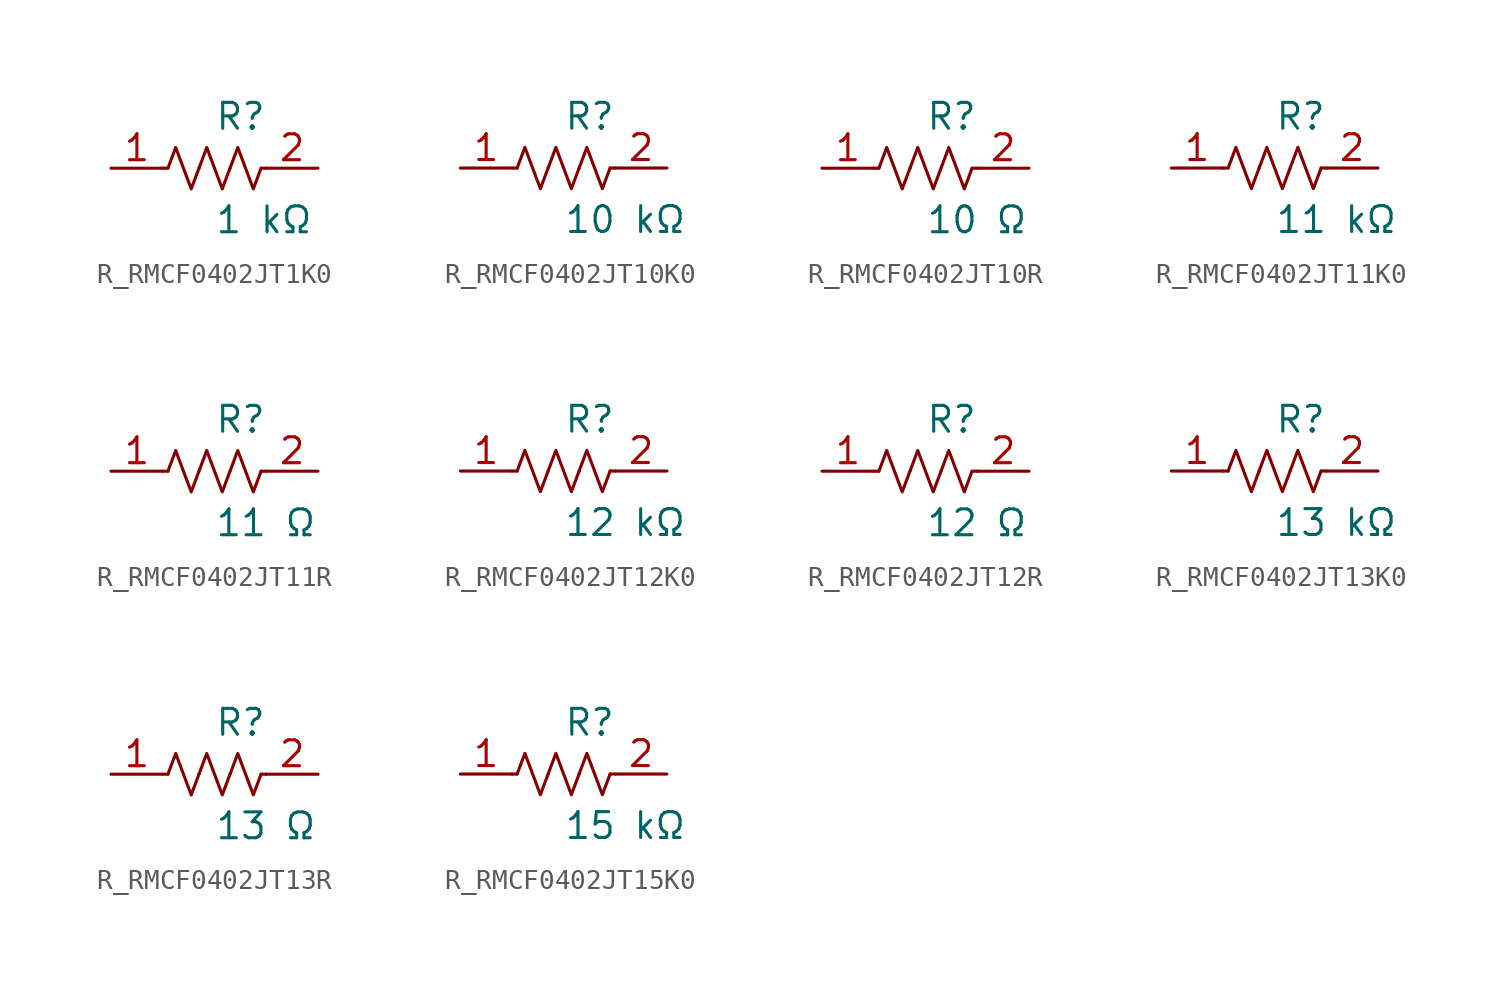
<source format=kicad_sym>
(kicad_symbol_lib
  (version 20231120)
  (generator kicad_symbol_editor)
  (generator_version 8.0)
  (symbol "R_RMCF0402JT1K0"
    (pin_names
      (offset 0.254))
    (property "Reference" "R"
      (at 0 2.54 0)
      (effects (font (size 1.27 1.27)) (justify left)))
    (property "Value" "1 kΩ"
      (at 0 -2.54 0)
      (effects (font (size 1.27 1.27)) (justify left)))
    (symbol "R_RMCF0402JT1K0_0_1"
      (polyline (pts (xy 2.286 0) (xy 2.54 0)) (stroke (width 0) (type default)) (fill (type none)))
      (polyline (pts (xy -2.286 0) (xy -2.54 0)) (stroke (width 0) (type default)) (fill (type none)))
      (polyline (pts (xy 0.762 0) (xy 1.143 1.016) (xy 1.524 0) (xy 1.905 -1.016) (xy 2.286 0)) (stroke (width 0) (type default)) (fill (type none)))
      (polyline (pts (xy -0.762 0) (xy -0.381 1.016) (xy 0 0) (xy 0.381 -1.016) (xy 0.762 0)) (stroke (width 0) (type default)) (fill (type none)))
      (polyline (pts (xy -2.286 0) (xy -1.905 1.016) (xy -1.524 0) (xy -1.143 -1.016) (xy -0.762 0)) (stroke (width 0) (type default)) (fill (type none))))
    (pin unspecified line
      (at -5.08 0 0)
      (length 2.54)
      (name "" (effects (font (size 1.27 1.27))))
      (number "1" (effects (font (size 1.27 1.27)))))
    (pin unspecified line
      (at 5.08 0 180)
      (length 2.54)
      (name "" (effects (font (size 1.27 1.27))))
      (number "2" (effects (font (size 1.27 1.27))))))
  (symbol "R_RMCF0402JT10K0"
    (pin_names
      (offset 0.254))
    (property "Reference" "R"
      (at 0 2.54 0)
      (effects (font (size 1.27 1.27)) (justify left)))
    (property "Value" "10 kΩ"
      (at 0 -2.54 0)
      (effects (font (size 1.27 1.27)) (justify left)))
    (symbol "R_RMCF0402JT10K0_0_1"
      (polyline (pts (xy 2.286 0) (xy 2.54 0)) (stroke (width 0) (type default)) (fill (type none)))
      (polyline (pts (xy -2.286 0) (xy -2.54 0)) (stroke (width 0) (type default)) (fill (type none)))
      (polyline (pts (xy 0.762 0) (xy 1.143 1.016) (xy 1.524 0) (xy 1.905 -1.016) (xy 2.286 0)) (stroke (width 0) (type default)) (fill (type none)))
      (polyline (pts (xy -0.762 0) (xy -0.381 1.016) (xy 0 0) (xy 0.381 -1.016) (xy 0.762 0)) (stroke (width 0) (type default)) (fill (type none)))
      (polyline (pts (xy -2.286 0) (xy -1.905 1.016) (xy -1.524 0) (xy -1.143 -1.016) (xy -0.762 0)) (stroke (width 0) (type default)) (fill (type none))))
    (pin unspecified line
      (at -5.08 0 0)
      (length 2.54)
      (name "" (effects (font (size 1.27 1.27))))
      (number "1" (effects (font (size 1.27 1.27)))))
    (pin unspecified line
      (at 5.08 0 180)
      (length 2.54)
      (name "" (effects (font (size 1.27 1.27))))
      (number "2" (effects (font (size 1.27 1.27))))))
  (symbol "R_RMCF0402JT10R"
    (pin_names
      (offset 0.254))
    (property "Reference" "R"
      (at 0 2.54 0)
      (effects (font (size 1.27 1.27)) (justify left)))
    (property "Value" "10 Ω"
      (at 0 -2.54 0)
      (effects (font (size 1.27 1.27)) (justify left)))
    (symbol "R_RMCF0402JT10R_0_1"
      (polyline (pts (xy 2.286 0) (xy 2.54 0)) (stroke (width 0) (type default)) (fill (type none)))
      (polyline (pts (xy -2.286 0) (xy -2.54 0)) (stroke (width 0) (type default)) (fill (type none)))
      (polyline (pts (xy 0.762 0) (xy 1.143 1.016) (xy 1.524 0) (xy 1.905 -1.016) (xy 2.286 0)) (stroke (width 0) (type default)) (fill (type none)))
      (polyline (pts (xy -0.762 0) (xy -0.381 1.016) (xy 0 0) (xy 0.381 -1.016) (xy 0.762 0)) (stroke (width 0) (type default)) (fill (type none)))
      (polyline (pts (xy -2.286 0) (xy -1.905 1.016) (xy -1.524 0) (xy -1.143 -1.016) (xy -0.762 0)) (stroke (width 0) (type default)) (fill (type none))))
    (pin unspecified line
      (at -5.08 0 0)
      (length 2.54)
      (name "" (effects (font (size 1.27 1.27))))
      (number "1" (effects (font (size 1.27 1.27)))))
    (pin unspecified line
      (at 5.08 0 180)
      (length 2.54)
      (name "" (effects (font (size 1.27 1.27))))
      (number "2" (effects (font (size 1.27 1.27))))))
  (symbol "R_RMCF0402JT11K0"
    (pin_names
      (offset 0.254))
    (property "Reference" "R"
      (at 0 2.54 0)
      (effects (font (size 1.27 1.27)) (justify left)))
    (property "Value" "11 kΩ"
      (at 0 -2.54 0)
      (effects (font (size 1.27 1.27)) (justify left)))
    (symbol "R_RMCF0402JT11K0_0_1"
      (polyline (pts (xy 2.286 0) (xy 2.54 0)) (stroke (width 0) (type default)) (fill (type none)))
      (polyline (pts (xy -2.286 0) (xy -2.54 0)) (stroke (width 0) (type default)) (fill (type none)))
      (polyline (pts (xy 0.762 0) (xy 1.143 1.016) (xy 1.524 0) (xy 1.905 -1.016) (xy 2.286 0)) (stroke (width 0) (type default)) (fill (type none)))
      (polyline (pts (xy -0.762 0) (xy -0.381 1.016) (xy 0 0) (xy 0.381 -1.016) (xy 0.762 0)) (stroke (width 0) (type default)) (fill (type none)))
      (polyline (pts (xy -2.286 0) (xy -1.905 1.016) (xy -1.524 0) (xy -1.143 -1.016) (xy -0.762 0)) (stroke (width 0) (type default)) (fill (type none))))
    (pin unspecified line
      (at -5.08 0 0)
      (length 2.54)
      (name "" (effects (font (size 1.27 1.27))))
      (number "1" (effects (font (size 1.27 1.27)))))
    (pin unspecified line
      (at 5.08 0 180)
      (length 2.54)
      (name "" (effects (font (size 1.27 1.27))))
      (number "2" (effects (font (size 1.27 1.27))))))
  (symbol "R_RMCF0402JT11R"
    (pin_names
      (offset 0.254))
    (property "Reference" "R"
      (at 0 2.54 0)
      (effects (font (size 1.27 1.27)) (justify left)))
    (property "Value" "11 Ω"
      (at 0 -2.54 0)
      (effects (font (size 1.27 1.27)) (justify left)))
    (symbol "R_RMCF0402JT11R_0_1"
      (polyline (pts (xy 2.286 0) (xy 2.54 0)) (stroke (width 0) (type default)) (fill (type none)))
      (polyline (pts (xy -2.286 0) (xy -2.54 0)) (stroke (width 0) (type default)) (fill (type none)))
      (polyline (pts (xy 0.762 0) (xy 1.143 1.016) (xy 1.524 0) (xy 1.905 -1.016) (xy 2.286 0)) (stroke (width 0) (type default)) (fill (type none)))
      (polyline (pts (xy -0.762 0) (xy -0.381 1.016) (xy 0 0) (xy 0.381 -1.016) (xy 0.762 0)) (stroke (width 0) (type default)) (fill (type none)))
      (polyline (pts (xy -2.286 0) (xy -1.905 1.016) (xy -1.524 0) (xy -1.143 -1.016) (xy -0.762 0)) (stroke (width 0) (type default)) (fill (type none))))
    (pin unspecified line
      (at -5.08 0 0)
      (length 2.54)
      (name "" (effects (font (size 1.27 1.27))))
      (number "1" (effects (font (size 1.27 1.27)))))
    (pin unspecified line
      (at 5.08 0 180)
      (length 2.54)
      (name "" (effects (font (size 1.27 1.27))))
      (number "2" (effects (font (size 1.27 1.27))))))
  (symbol "R_RMCF0402JT12K0"
    (pin_names
      (offset 0.254))
    (property "Reference" "R"
      (at 0 2.54 0)
      (effects (font (size 1.27 1.27)) (justify left)))
    (property "Value" "12 kΩ"
      (at 0 -2.54 0)
      (effects (font (size 1.27 1.27)) (justify left)))
    (symbol "R_RMCF0402JT12K0_0_1"
      (polyline (pts (xy 2.286 0) (xy 2.54 0)) (stroke (width 0) (type default)) (fill (type none)))
      (polyline (pts (xy -2.286 0) (xy -2.54 0)) (stroke (width 0) (type default)) (fill (type none)))
      (polyline (pts (xy 0.762 0) (xy 1.143 1.016) (xy 1.524 0) (xy 1.905 -1.016) (xy 2.286 0)) (stroke (width 0) (type default)) (fill (type none)))
      (polyline (pts (xy -0.762 0) (xy -0.381 1.016) (xy 0 0) (xy 0.381 -1.016) (xy 0.762 0)) (stroke (width 0) (type default)) (fill (type none)))
      (polyline (pts (xy -2.286 0) (xy -1.905 1.016) (xy -1.524 0) (xy -1.143 -1.016) (xy -0.762 0)) (stroke (width 0) (type default)) (fill (type none))))
    (pin unspecified line
      (at -5.08 0 0)
      (length 2.54)
      (name "" (effects (font (size 1.27 1.27))))
      (number "1" (effects (font (size 1.27 1.27)))))
    (pin unspecified line
      (at 5.08 0 180)
      (length 2.54)
      (name "" (effects (font (size 1.27 1.27))))
      (number "2" (effects (font (size 1.27 1.27))))))
  (symbol "R_RMCF0402JT12R"
    (pin_names
      (offset 0.254))
    (property "Reference" "R"
      (at 0 2.54 0)
      (effects (font (size 1.27 1.27)) (justify left)))
    (property "Value" "12 Ω"
      (at 0 -2.54 0)
      (effects (font (size 1.27 1.27)) (justify left)))
    (symbol "R_RMCF0402JT12R_0_1"
      (polyline (pts (xy 2.286 0) (xy 2.54 0)) (stroke (width 0) (type default)) (fill (type none)))
      (polyline (pts (xy -2.286 0) (xy -2.54 0)) (stroke (width 0) (type default)) (fill (type none)))
      (polyline (pts (xy 0.762 0) (xy 1.143 1.016) (xy 1.524 0) (xy 1.905 -1.016) (xy 2.286 0)) (stroke (width 0) (type default)) (fill (type none)))
      (polyline (pts (xy -0.762 0) (xy -0.381 1.016) (xy 0 0) (xy 0.381 -1.016) (xy 0.762 0)) (stroke (width 0) (type default)) (fill (type none)))
      (polyline (pts (xy -2.286 0) (xy -1.905 1.016) (xy -1.524 0) (xy -1.143 -1.016) (xy -0.762 0)) (stroke (width 0) (type default)) (fill (type none))))
    (pin unspecified line
      (at -5.08 0 0)
      (length 2.54)
      (name "" (effects (font (size 1.27 1.27))))
      (number "1" (effects (font (size 1.27 1.27)))))
    (pin unspecified line
      (at 5.08 0 180)
      (length 2.54)
      (name "" (effects (font (size 1.27 1.27))))
      (number "2" (effects (font (size 1.27 1.27))))))
  (symbol "R_RMCF0402JT13K0"
    (pin_names
      (offset 0.254))
    (property "Reference" "R"
      (at 0 2.54 0)
      (effects (font (size 1.27 1.27)) (justify left)))
    (property "Value" "13 kΩ"
      (at 0 -2.54 0)
      (effects (font (size 1.27 1.27)) (justify left)))
    (symbol "R_RMCF0402JT13K0_0_1"
      (polyline (pts (xy 2.286 0) (xy 2.54 0)) (stroke (width 0) (type default)) (fill (type none)))
      (polyline (pts (xy -2.286 0) (xy -2.54 0)) (stroke (width 0) (type default)) (fill (type none)))
      (polyline (pts (xy 0.762 0) (xy 1.143 1.016) (xy 1.524 0) (xy 1.905 -1.016) (xy 2.286 0)) (stroke (width 0) (type default)) (fill (type none)))
      (polyline (pts (xy -0.762 0) (xy -0.381 1.016) (xy 0 0) (xy 0.381 -1.016) (xy 0.762 0)) (stroke (width 0) (type default)) (fill (type none)))
      (polyline (pts (xy -2.286 0) (xy -1.905 1.016) (xy -1.524 0) (xy -1.143 -1.016) (xy -0.762 0)) (stroke (width 0) (type default)) (fill (type none))))
    (pin unspecified line
      (at -5.08 0 0)
      (length 2.54)
      (name "" (effects (font (size 1.27 1.27))))
      (number "1" (effects (font (size 1.27 1.27)))))
    (pin unspecified line
      (at 5.08 0 180)
      (length 2.54)
      (name "" (effects (font (size 1.27 1.27))))
      (number "2" (effects (font (size 1.27 1.27))))))
  (symbol "R_RMCF0402JT13R"
    (pin_names
      (offset 0.254))
    (property "Reference" "R"
      (at 0 2.54 0)
      (effects (font (size 1.27 1.27)) (justify left)))
    (property "Value" "13 Ω"
      (at 0 -2.54 0)
      (effects (font (size 1.27 1.27)) (justify left)))
    (symbol "R_RMCF0402JT13R_0_1"
      (polyline (pts (xy 2.286 0) (xy 2.54 0)) (stroke (width 0) (type default)) (fill (type none)))
      (polyline (pts (xy -2.286 0) (xy -2.54 0)) (stroke (width 0) (type default)) (fill (type none)))
      (polyline (pts (xy 0.762 0) (xy 1.143 1.016) (xy 1.524 0) (xy 1.905 -1.016) (xy 2.286 0)) (stroke (width 0) (type default)) (fill (type none)))
      (polyline (pts (xy -0.762 0) (xy -0.381 1.016) (xy 0 0) (xy 0.381 -1.016) (xy 0.762 0)) (stroke (width 0) (type default)) (fill (type none)))
      (polyline (pts (xy -2.286 0) (xy -1.905 1.016) (xy -1.524 0) (xy -1.143 -1.016) (xy -0.762 0)) (stroke (width 0) (type default)) (fill (type none))))
    (pin unspecified line
      (at -5.08 0 0)
      (length 2.54)
      (name "" (effects (font (size 1.27 1.27))))
      (number "1" (effects (font (size 1.27 1.27)))))
    (pin unspecified line
      (at 5.08 0 180)
      (length 2.54)
      (name "" (effects (font (size 1.27 1.27))))
      (number "2" (effects (font (size 1.27 1.27))))))
  (symbol "R_RMCF0402JT15K0"
    (pin_names
      (offset 0.254))
    (property "Reference" "R"
      (at 0 2.54 0)
      (effects (font (size 1.27 1.27)) (justify left)))
    (property "Value" "15 kΩ"
      (at 0 -2.54 0)
      (effects (font (size 1.27 1.27)) (justify left)))
    (symbol "R_RMCF0402JT15K0_0_1"
      (polyline (pts (xy 2.286 0) (xy 2.54 0)) (stroke (width 0) (type default)) (fill (type none)))
      (polyline (pts (xy -2.286 0) (xy -2.54 0)) (stroke (width 0) (type default)) (fill (type none)))
      (polyline (pts (xy 0.762 0) (xy 1.143 1.016) (xy 1.524 0) (xy 1.905 -1.016) (xy 2.286 0)) (stroke (width 0) (type default)) (fill (type none)))
      (polyline (pts (xy -0.762 0) (xy -0.381 1.016) (xy 0 0) (xy 0.381 -1.016) (xy 0.762 0)) (stroke (width 0) (type default)) (fill (type none)))
      (polyline (pts (xy -2.286 0) (xy -1.905 1.016) (xy -1.524 0) (xy -1.143 -1.016) (xy -0.762 0)) (stroke (width 0) (type default)) (fill (type none))))
    (pin unspecified line
      (at -5.08 0 0)
      (length 2.54)
      (name "" (effects (font (size 1.27 1.27))))
      (number "1" (effects (font (size 1.27 1.27)))))
    (pin unspecified line
      (at 5.08 0 180)
      (length 2.54)
      (name "" (effects (font (size 1.27 1.27))))
      (number "2" (effects (font (size 1.27 1.27)))))))
</source>
